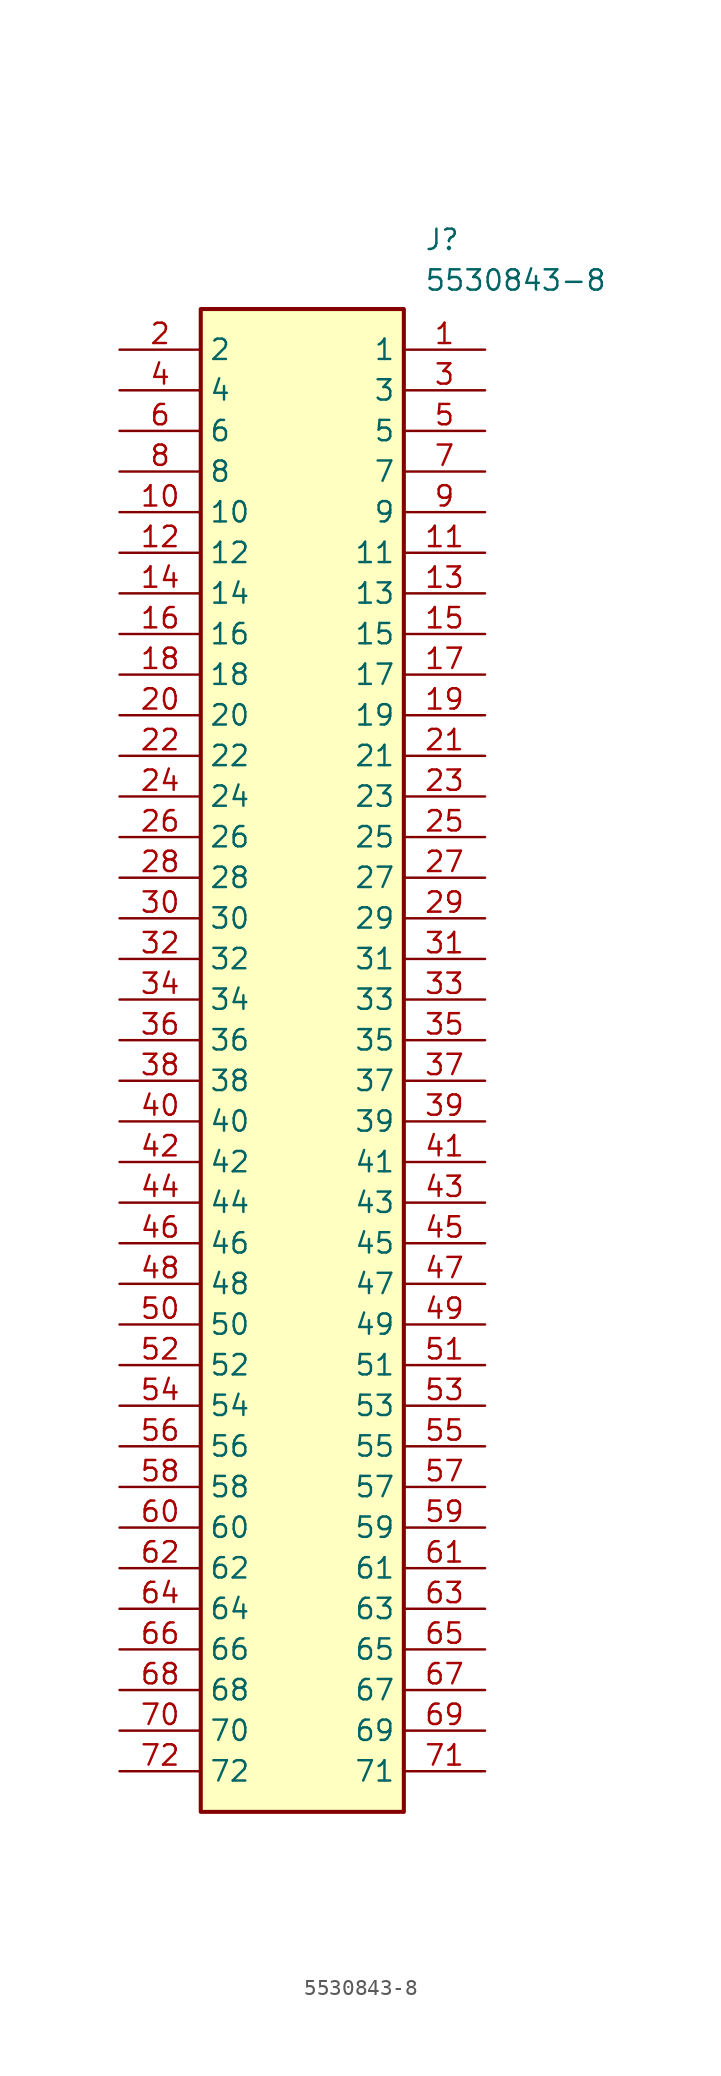
<source format=kicad_sym>
(kicad_symbol_lib
  (version 20220914)
  (generator SamacSys_ECAD_Model)
  (symbol "5530843-8"
    (property "Reference" "J"
      (at 19.05 7.62 0)
      (effects (font (size 1.27 1.27)) (justify left top)))
    (property "Value" "5530843-8"
      (at 19.05 5.08 0)
      (effects (font (size 1.27 1.27)) (justify left top)))
    (rectangle
      (start 5.08 2.54)
      (end 17.78 -91.44)
      (stroke (width 0.254) (type default))
      (fill (type background)))
    (pin passive line
      (at 22.86 0 180)
      (length 5.08)
      (name "1" (effects (font (size 1.27 1.27))))
      (number "1" (effects (font (size 1.27 1.27)))))
    (pin passive line
      (at 0 0 0)
      (length 5.08)
      (name "2" (effects (font (size 1.27 1.27))))
      (number "2" (effects (font (size 1.27 1.27)))))
    (pin passive line
      (at 22.86 -2.54 180)
      (length 5.08)
      (name "3" (effects (font (size 1.27 1.27))))
      (number "3" (effects (font (size 1.27 1.27)))))
    (pin passive line
      (at 0 -2.54 0)
      (length 5.08)
      (name "4" (effects (font (size 1.27 1.27))))
      (number "4" (effects (font (size 1.27 1.27)))))
    (pin passive line
      (at 22.86 -5.08 180)
      (length 5.08)
      (name "5" (effects (font (size 1.27 1.27))))
      (number "5" (effects (font (size 1.27 1.27)))))
    (pin passive line
      (at 0 -5.08 0)
      (length 5.08)
      (name "6" (effects (font (size 1.27 1.27))))
      (number "6" (effects (font (size 1.27 1.27)))))
    (pin passive line
      (at 22.86 -7.62 180)
      (length 5.08)
      (name "7" (effects (font (size 1.27 1.27))))
      (number "7" (effects (font (size 1.27 1.27)))))
    (pin passive line
      (at 0 -7.62 0)
      (length 5.08)
      (name "8" (effects (font (size 1.27 1.27))))
      (number "8" (effects (font (size 1.27 1.27)))))
    (pin passive line
      (at 22.86 -10.16 180)
      (length 5.08)
      (name "9" (effects (font (size 1.27 1.27))))
      (number "9" (effects (font (size 1.27 1.27)))))
    (pin passive line
      (at 0 -10.16 0)
      (length 5.08)
      (name "10" (effects (font (size 1.27 1.27))))
      (number "10" (effects (font (size 1.27 1.27)))))
    (pin passive line
      (at 22.86 -12.7 180)
      (length 5.08)
      (name "11" (effects (font (size 1.27 1.27))))
      (number "11" (effects (font (size 1.27 1.27)))))
    (pin passive line
      (at 0 -12.7 0)
      (length 5.08)
      (name "12" (effects (font (size 1.27 1.27))))
      (number "12" (effects (font (size 1.27 1.27)))))
    (pin passive line
      (at 22.86 -15.24 180)
      (length 5.08)
      (name "13" (effects (font (size 1.27 1.27))))
      (number "13" (effects (font (size 1.27 1.27)))))
    (pin passive line
      (at 0 -15.24 0)
      (length 5.08)
      (name "14" (effects (font (size 1.27 1.27))))
      (number "14" (effects (font (size 1.27 1.27)))))
    (pin passive line
      (at 22.86 -17.78 180)
      (length 5.08)
      (name "15" (effects (font (size 1.27 1.27))))
      (number "15" (effects (font (size 1.27 1.27)))))
    (pin passive line
      (at 0 -17.78 0)
      (length 5.08)
      (name "16" (effects (font (size 1.27 1.27))))
      (number "16" (effects (font (size 1.27 1.27)))))
    (pin passive line
      (at 22.86 -20.32 180)
      (length 5.08)
      (name "17" (effects (font (size 1.27 1.27))))
      (number "17" (effects (font (size 1.27 1.27)))))
    (pin passive line
      (at 0 -20.32 0)
      (length 5.08)
      (name "18" (effects (font (size 1.27 1.27))))
      (number "18" (effects (font (size 1.27 1.27)))))
    (pin passive line
      (at 22.86 -22.86 180)
      (length 5.08)
      (name "19" (effects (font (size 1.27 1.27))))
      (number "19" (effects (font (size 1.27 1.27)))))
    (pin passive line
      (at 0 -22.86 0)
      (length 5.08)
      (name "20" (effects (font (size 1.27 1.27))))
      (number "20" (effects (font (size 1.27 1.27)))))
    (pin passive line
      (at 22.86 -25.4 180)
      (length 5.08)
      (name "21" (effects (font (size 1.27 1.27))))
      (number "21" (effects (font (size 1.27 1.27)))))
    (pin passive line
      (at 0 -25.4 0)
      (length 5.08)
      (name "22" (effects (font (size 1.27 1.27))))
      (number "22" (effects (font (size 1.27 1.27)))))
    (pin passive line
      (at 22.86 -27.94 180)
      (length 5.08)
      (name "23" (effects (font (size 1.27 1.27))))
      (number "23" (effects (font (size 1.27 1.27)))))
    (pin passive line
      (at 0 -27.94 0)
      (length 5.08)
      (name "24" (effects (font (size 1.27 1.27))))
      (number "24" (effects (font (size 1.27 1.27)))))
    (pin passive line
      (at 22.86 -30.48 180)
      (length 5.08)
      (name "25" (effects (font (size 1.27 1.27))))
      (number "25" (effects (font (size 1.27 1.27)))))
    (pin passive line
      (at 0 -30.48 0)
      (length 5.08)
      (name "26" (effects (font (size 1.27 1.27))))
      (number "26" (effects (font (size 1.27 1.27)))))
    (pin passive line
      (at 22.86 -33.02 180)
      (length 5.08)
      (name "27" (effects (font (size 1.27 1.27))))
      (number "27" (effects (font (size 1.27 1.27)))))
    (pin passive line
      (at 0 -33.02 0)
      (length 5.08)
      (name "28" (effects (font (size 1.27 1.27))))
      (number "28" (effects (font (size 1.27 1.27)))))
    (pin passive line
      (at 22.86 -35.56 180)
      (length 5.08)
      (name "29" (effects (font (size 1.27 1.27))))
      (number "29" (effects (font (size 1.27 1.27)))))
    (pin passive line
      (at 0 -35.56 0)
      (length 5.08)
      (name "30" (effects (font (size 1.27 1.27))))
      (number "30" (effects (font (size 1.27 1.27)))))
    (pin passive line
      (at 22.86 -38.1 180)
      (length 5.08)
      (name "31" (effects (font (size 1.27 1.27))))
      (number "31" (effects (font (size 1.27 1.27)))))
    (pin passive line
      (at 0 -38.1 0)
      (length 5.08)
      (name "32" (effects (font (size 1.27 1.27))))
      (number "32" (effects (font (size 1.27 1.27)))))
    (pin passive line
      (at 22.86 -40.64 180)
      (length 5.08)
      (name "33" (effects (font (size 1.27 1.27))))
      (number "33" (effects (font (size 1.27 1.27)))))
    (pin passive line
      (at 0 -40.64 0)
      (length 5.08)
      (name "34" (effects (font (size 1.27 1.27))))
      (number "34" (effects (font (size 1.27 1.27)))))
    (pin passive line
      (at 22.86 -43.18 180)
      (length 5.08)
      (name "35" (effects (font (size 1.27 1.27))))
      (number "35" (effects (font (size 1.27 1.27)))))
    (pin passive line
      (at 0 -43.18 0)
      (length 5.08)
      (name "36" (effects (font (size 1.27 1.27))))
      (number "36" (effects (font (size 1.27 1.27)))))
    (pin passive line
      (at 22.86 -45.72 180)
      (length 5.08)
      (name "37" (effects (font (size 1.27 1.27))))
      (number "37" (effects (font (size 1.27 1.27)))))
    (pin passive line
      (at 0 -45.72 0)
      (length 5.08)
      (name "38" (effects (font (size 1.27 1.27))))
      (number "38" (effects (font (size 1.27 1.27)))))
    (pin passive line
      (at 22.86 -48.26 180)
      (length 5.08)
      (name "39" (effects (font (size 1.27 1.27))))
      (number "39" (effects (font (size 1.27 1.27)))))
    (pin passive line
      (at 0 -48.26 0)
      (length 5.08)
      (name "40" (effects (font (size 1.27 1.27))))
      (number "40" (effects (font (size 1.27 1.27)))))
    (pin passive line
      (at 22.86 -50.8 180)
      (length 5.08)
      (name "41" (effects (font (size 1.27 1.27))))
      (number "41" (effects (font (size 1.27 1.27)))))
    (pin passive line
      (at 0 -50.8 0)
      (length 5.08)
      (name "42" (effects (font (size 1.27 1.27))))
      (number "42" (effects (font (size 1.27 1.27)))))
    (pin passive line
      (at 22.86 -53.34 180)
      (length 5.08)
      (name "43" (effects (font (size 1.27 1.27))))
      (number "43" (effects (font (size 1.27 1.27)))))
    (pin passive line
      (at 0 -53.34 0)
      (length 5.08)
      (name "44" (effects (font (size 1.27 1.27))))
      (number "44" (effects (font (size 1.27 1.27)))))
    (pin passive line
      (at 22.86 -55.88 180)
      (length 5.08)
      (name "45" (effects (font (size 1.27 1.27))))
      (number "45" (effects (font (size 1.27 1.27)))))
    (pin passive line
      (at 0 -55.88 0)
      (length 5.08)
      (name "46" (effects (font (size 1.27 1.27))))
      (number "46" (effects (font (size 1.27 1.27)))))
    (pin passive line
      (at 22.86 -58.42 180)
      (length 5.08)
      (name "47" (effects (font (size 1.27 1.27))))
      (number "47" (effects (font (size 1.27 1.27)))))
    (pin passive line
      (at 0 -58.42 0)
      (length 5.08)
      (name "48" (effects (font (size 1.27 1.27))))
      (number "48" (effects (font (size 1.27 1.27)))))
    (pin passive line
      (at 22.86 -60.96 180)
      (length 5.08)
      (name "49" (effects (font (size 1.27 1.27))))
      (number "49" (effects (font (size 1.27 1.27)))))
    (pin passive line
      (at 0 -60.96 0)
      (length 5.08)
      (name "50" (effects (font (size 1.27 1.27))))
      (number "50" (effects (font (size 1.27 1.27)))))
    (pin passive line
      (at 22.86 -63.5 180)
      (length 5.08)
      (name "51" (effects (font (size 1.27 1.27))))
      (number "51" (effects (font (size 1.27 1.27)))))
    (pin passive line
      (at 0 -63.5 0)
      (length 5.08)
      (name "52" (effects (font (size 1.27 1.27))))
      (number "52" (effects (font (size 1.27 1.27)))))
    (pin passive line
      (at 22.86 -66.04 180)
      (length 5.08)
      (name "53" (effects (font (size 1.27 1.27))))
      (number "53" (effects (font (size 1.27 1.27)))))
    (pin passive line
      (at 0 -66.04 0)
      (length 5.08)
      (name "54" (effects (font (size 1.27 1.27))))
      (number "54" (effects (font (size 1.27 1.27)))))
    (pin passive line
      (at 22.86 -68.58 180)
      (length 5.08)
      (name "55" (effects (font (size 1.27 1.27))))
      (number "55" (effects (font (size 1.27 1.27)))))
    (pin passive line
      (at 0 -68.58 0)
      (length 5.08)
      (name "56" (effects (font (size 1.27 1.27))))
      (number "56" (effects (font (size 1.27 1.27)))))
    (pin passive line
      (at 22.86 -71.12 180)
      (length 5.08)
      (name "57" (effects (font (size 1.27 1.27))))
      (number "57" (effects (font (size 1.27 1.27)))))
    (pin passive line
      (at 0 -71.12 0)
      (length 5.08)
      (name "58" (effects (font (size 1.27 1.27))))
      (number "58" (effects (font (size 1.27 1.27)))))
    (pin passive line
      (at 22.86 -73.66 180)
      (length 5.08)
      (name "59" (effects (font (size 1.27 1.27))))
      (number "59" (effects (font (size 1.27 1.27)))))
    (pin passive line
      (at 0 -73.66 0)
      (length 5.08)
      (name "60" (effects (font (size 1.27 1.27))))
      (number "60" (effects (font (size 1.27 1.27)))))
    (pin passive line
      (at 22.86 -76.2 180)
      (length 5.08)
      (name "61" (effects (font (size 1.27 1.27))))
      (number "61" (effects (font (size 1.27 1.27)))))
    (pin passive line
      (at 0 -76.2 0)
      (length 5.08)
      (name "62" (effects (font (size 1.27 1.27))))
      (number "62" (effects (font (size 1.27 1.27)))))
    (pin passive line
      (at 22.86 -78.74 180)
      (length 5.08)
      (name "63" (effects (font (size 1.27 1.27))))
      (number "63" (effects (font (size 1.27 1.27)))))
    (pin passive line
      (at 0 -78.74 0)
      (length 5.08)
      (name "64" (effects (font (size 1.27 1.27))))
      (number "64" (effects (font (size 1.27 1.27)))))
    (pin passive line
      (at 22.86 -81.28 180)
      (length 5.08)
      (name "65" (effects (font (size 1.27 1.27))))
      (number "65" (effects (font (size 1.27 1.27)))))
    (pin passive line
      (at 0 -81.28 0)
      (length 5.08)
      (name "66" (effects (font (size 1.27 1.27))))
      (number "66" (effects (font (size 1.27 1.27)))))
    (pin passive line
      (at 22.86 -83.82 180)
      (length 5.08)
      (name "67" (effects (font (size 1.27 1.27))))
      (number "67" (effects (font (size 1.27 1.27)))))
    (pin passive line
      (at 0 -83.82 0)
      (length 5.08)
      (name "68" (effects (font (size 1.27 1.27))))
      (number "68" (effects (font (size 1.27 1.27)))))
    (pin passive line
      (at 22.86 -86.36 180)
      (length 5.08)
      (name "69" (effects (font (size 1.27 1.27))))
      (number "69" (effects (font (size 1.27 1.27)))))
    (pin passive line
      (at 0 -86.36 0)
      (length 5.08)
      (name "70" (effects (font (size 1.27 1.27))))
      (number "70" (effects (font (size 1.27 1.27)))))
    (pin passive line
      (at 22.86 -88.9 180)
      (length 5.08)
      (name "71" (effects (font (size 1.27 1.27))))
      (number "71" (effects (font (size 1.27 1.27)))))
    (pin passive line
      (at 0 -88.9 0)
      (length 5.08)
      (name "72" (effects (font (size 1.27 1.27))))
      (number "72" (effects (font (size 1.27 1.27)))))))
</source>
